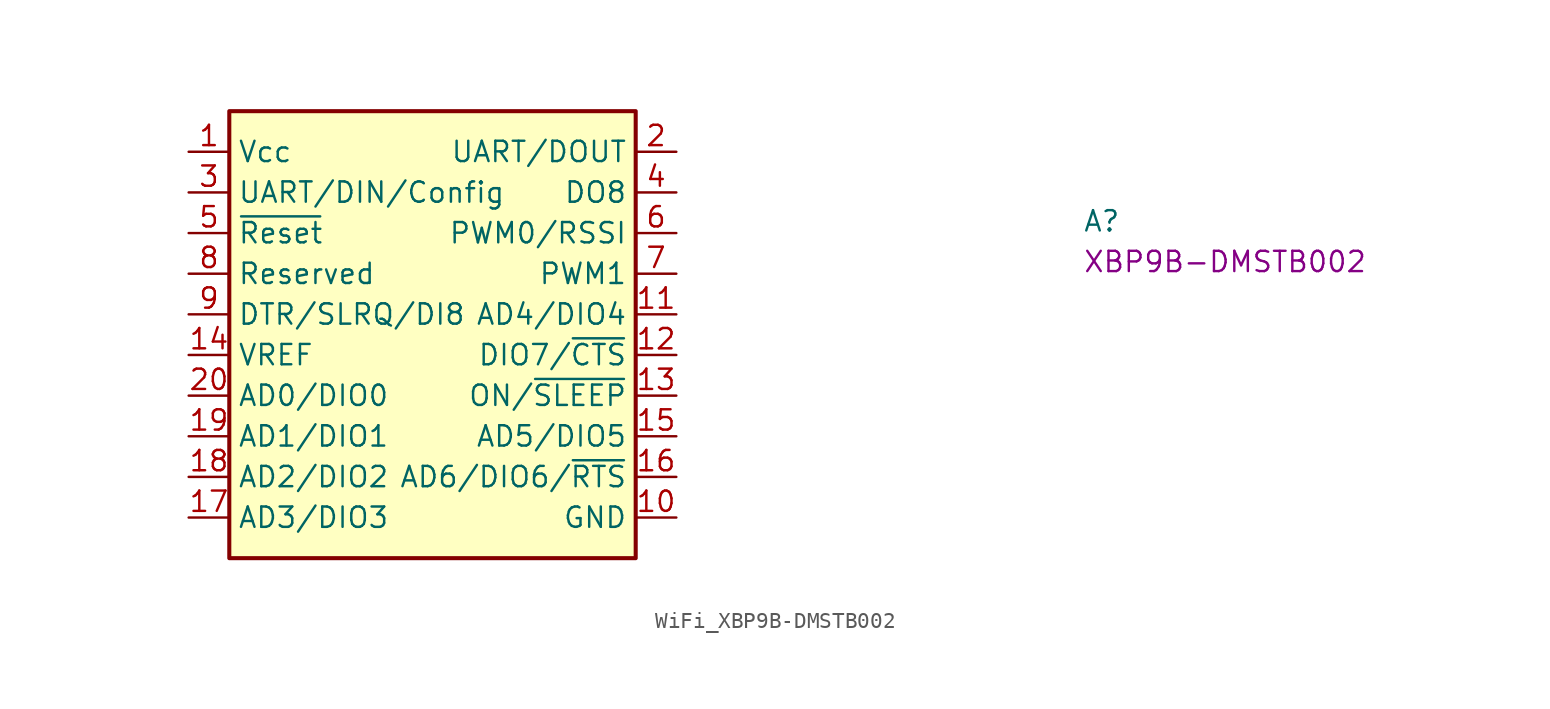
<source format=kicad_sym>
(kicad_symbol_lib
  (version 20220914)
  (generator kicad_symbol_editor)
  (symbol "WiFi_XBP9B-DMSTB002"
    (property "Reference" "A"
      (at 55.88 -5.08 0)
      (effects (font (size 1.27 1.27) (thickness 0.15)) (justify left bottom)))
    (property "MPN" "XBP9B-DMSTB002"
      (at 55.88 -7.62 0)
      (effects (font (size 1.27 1.27) (thickness 0.15)) (justify left bottom)))
    (symbol "WiFi_XBP9B-DMSTB002_1_1"
      (rectangle (start 2.54 2.54) (end 27.94 -25.4) (stroke (width 0.254) (type default)) (fill (type background)))
      (pin power_in line (at 0 0 0) (length 2.54) (name "Vcc" (effects (font (size 1.27 1.27)))) (number "1" (effects (font (size 1.27 1.27)))))
      (pin power_in line (at 30.48 -22.86 180) (length 2.54) (name "GND" (effects (font (size 1.27 1.27)))) (number "10" (effects (font (size 1.27 1.27)))))
      (pin bidirectional line (at 30.48 -10.16 180) (length 2.54) (name "AD4/DIO4" (effects (font (size 1.27 1.27)))) (number "11" (effects (font (size 1.27 1.27)))))
      (pin bidirectional line (at 30.48 -12.7 180) (length 2.54) (name "DIO7/~{CTS}" (effects (font (size 1.27 1.27)))) (number "12" (effects (font (size 1.27 1.27)))))
      (pin output line (at 30.48 -15.24 180) (length 2.54) (name "ON/~{SLEEP}" (effects (font (size 1.27 1.27)))) (number "13" (effects (font (size 1.27 1.27)))))
      (pin input line (at 0 -12.7 0) (length 2.54) (name "VREF" (effects (font (size 1.27 1.27)))) (number "14" (effects (font (size 1.27 1.27)))))
      (pin bidirectional line (at 30.48 -17.78 180) (length 2.54) (name "AD5/DIO5" (effects (font (size 1.27 1.27)))) (number "15" (effects (font (size 1.27 1.27)))))
      (pin bidirectional line (at 30.48 -20.32 180) (length 2.54) (name "AD6/DIO6/~{RTS}" (effects (font (size 1.27 1.27)))) (number "16" (effects (font (size 1.27 1.27)))))
      (pin bidirectional line (at 0 -22.86 0) (length 2.54) (name "AD3/DIO3" (effects (font (size 1.27 1.27)))) (number "17" (effects (font (size 1.27 1.27)))))
      (pin bidirectional line (at 0 -20.32 0) (length 2.54) (name "AD2/DIO2" (effects (font (size 1.27 1.27)))) (number "18" (effects (font (size 1.27 1.27)))))
      (pin bidirectional line (at 0 -17.78 0) (length 2.54) (name "AD1/DIO1" (effects (font (size 1.27 1.27)))) (number "19" (effects (font (size 1.27 1.27)))))
      (pin output line (at 30.48 0 180) (length 2.54) (name "UART/DOUT" (effects (font (size 1.27 1.27)))) (number "2" (effects (font (size 1.27 1.27)))))
      (pin bidirectional line (at 0 -15.24 0) (length 2.54) (name "AD0/DIO0" (effects (font (size 1.27 1.27)))) (number "20" (effects (font (size 1.27 1.27)))))
      (pin input line (at 0 -2.54 0) (length 2.54) (name "UART/DIN/Config" (effects (font (size 1.27 1.27)))) (number "3" (effects (font (size 1.27 1.27)))))
      (pin output line (at 30.48 -2.54 180) (length 2.54) (name "DO8" (effects (font (size 1.27 1.27)))) (number "4" (effects (font (size 1.27 1.27)))))
      (pin input line (at 0 -5.08 0) (length 2.54) (name "~{Reset}" (effects (font (size 1.27 1.27)))) (number "5" (effects (font (size 1.27 1.27)))))
      (pin output line (at 30.48 -5.08 180) (length 2.54) (name "PWM0/RSSI" (effects (font (size 1.27 1.27)))) (number "6" (effects (font (size 1.27 1.27)))))
      (pin output line (at 30.48 -7.62 180) (length 2.54) (name "PWM1" (effects (font (size 1.27 1.27)))) (number "7" (effects (font (size 1.27 1.27)))))
      (pin bidirectional line (at 0 -7.62 0) (length 2.54) (name "Reserved" (effects (font (size 1.27 1.27)))) (number "8" (effects (font (size 1.27 1.27)))))
      (pin input line (at 0 -10.16 0) (length 2.54) (name "DTR/SLRQ/DI8" (effects (font (size 1.27 1.27)))) (number "9" (effects (font (size 1.27 1.27))))))))
</source>
